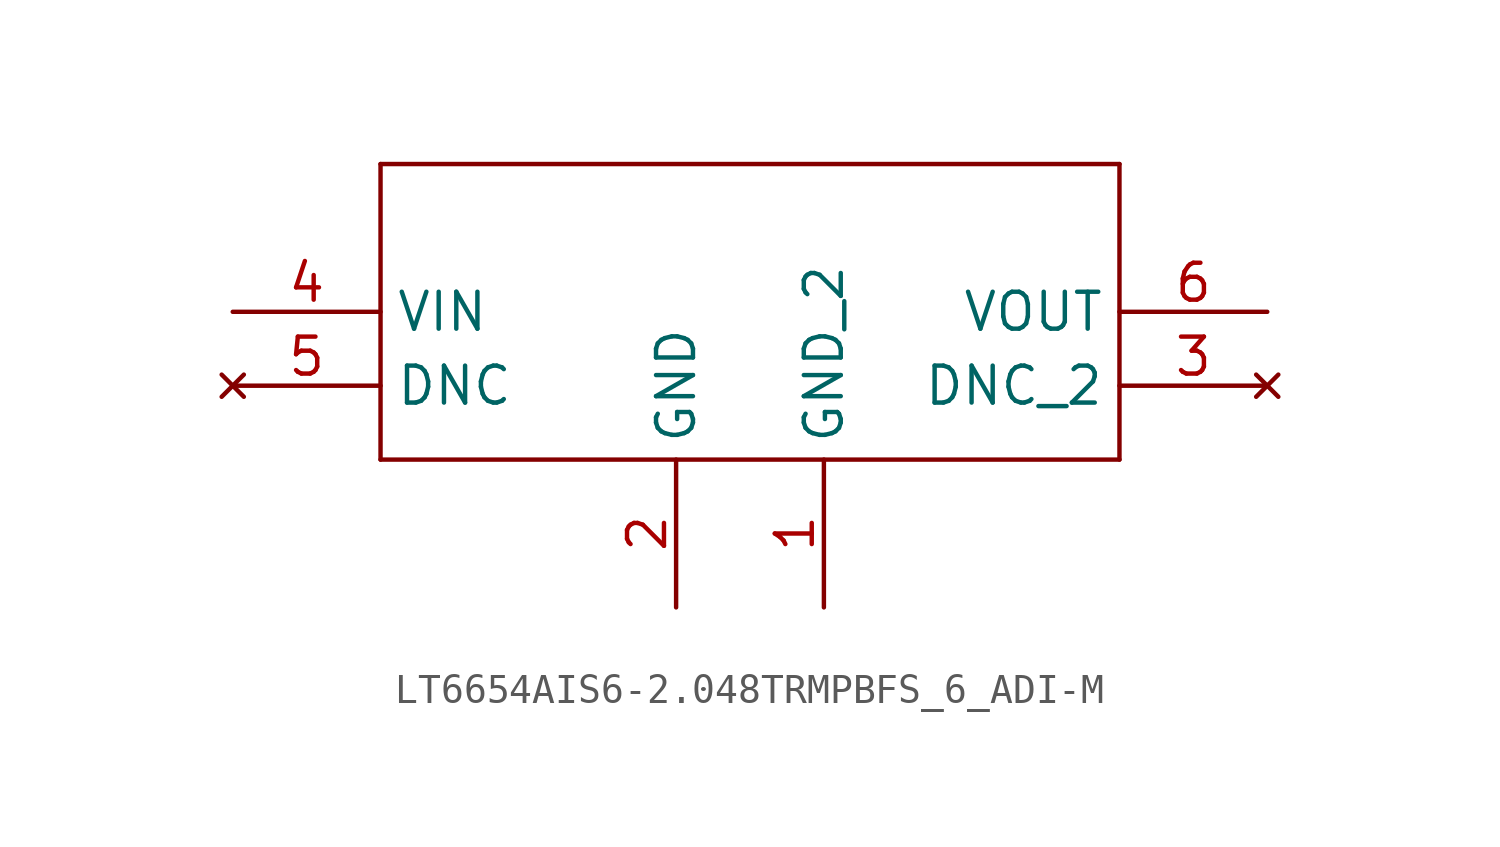
<source format=kicad_sym>
(kicad_symbol_lib
  (version 20220914)
  (generator kicad_symbol_editor)
  (symbol "LT6654AIS6-2.048TRMPBFS_6_ADI-M"
    (property "Reference" "U"
      (at -12.344 6.579 0)
      (effects (font (size 2.083 1.77)) (justify left bottom) hide))
    (property "ki_locked" ""
      (at 0 0 0)
      (effects (font (size 1.27 1.27))))
    (symbol "LT6654AIS6-2.048TRMPBFS_6_ADI-M_1_0"
      (polyline (pts (xy -12.7 -5.08) (xy 12.7 -5.08)) (stroke (width 0.152) (type solid)) (fill (type none)))
      (polyline (pts (xy -12.7 5.08) (xy -12.7 -5.08)) (stroke (width 0.152) (type solid)) (fill (type none)))
      (polyline (pts (xy 12.7 -5.08) (xy 12.7 5.08)) (stroke (width 0.152) (type solid)) (fill (type none)))
      (polyline (pts (xy 12.7 5.08) (xy -12.7 5.08)) (stroke (width 0.152) (type solid)) (fill (type none)))
      (pin power_in line (at 2.54 -10.16 90) (length 5.08) (name "GND_2" (effects (font (size 1.27 1.27)))) (number "1" (effects (font (size 1.27 1.27)))))
      (pin power_in line (at -2.54 -10.16 90) (length 5.08) (name "GND" (effects (font (size 1.27 1.27)))) (number "2" (effects (font (size 1.27 1.27)))))
      (pin no_connect line (at 17.78 -2.54 180) (length 5.08) (name "DNC_2" (effects (font (size 1.27 1.27)))) (number "3" (effects (font (size 1.27 1.27)))))
      (pin input line (at -17.78 0 0) (length 5.08) (name "VIN" (effects (font (size 1.27 1.27)))) (number "4" (effects (font (size 1.27 1.27)))))
      (pin no_connect line (at -17.78 -2.54 0) (length 5.08) (name "DNC" (effects (font (size 1.27 1.27)))) (number "5" (effects (font (size 1.27 1.27)))))
      (pin output line (at 17.78 0 180) (length 5.08) (name "VOUT" (effects (font (size 1.27 1.27)))) (number "6" (effects (font (size 1.27 1.27))))))))
</source>
